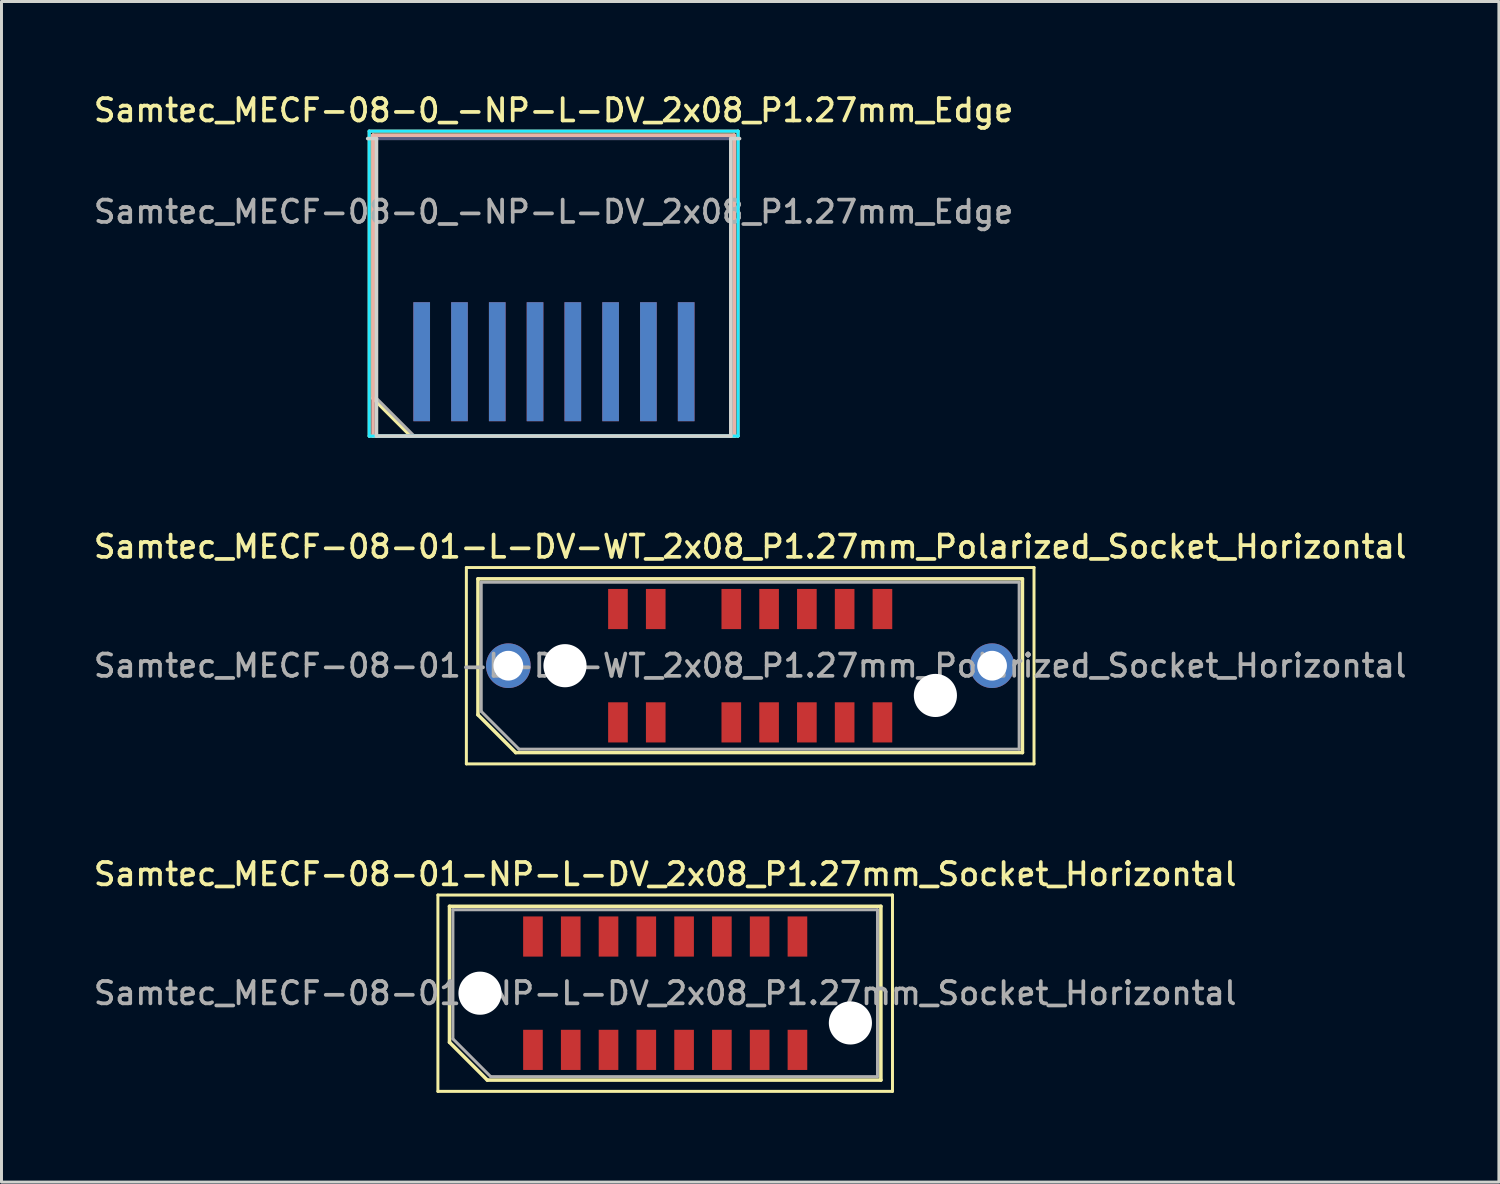
<source format=kicad_pcb>
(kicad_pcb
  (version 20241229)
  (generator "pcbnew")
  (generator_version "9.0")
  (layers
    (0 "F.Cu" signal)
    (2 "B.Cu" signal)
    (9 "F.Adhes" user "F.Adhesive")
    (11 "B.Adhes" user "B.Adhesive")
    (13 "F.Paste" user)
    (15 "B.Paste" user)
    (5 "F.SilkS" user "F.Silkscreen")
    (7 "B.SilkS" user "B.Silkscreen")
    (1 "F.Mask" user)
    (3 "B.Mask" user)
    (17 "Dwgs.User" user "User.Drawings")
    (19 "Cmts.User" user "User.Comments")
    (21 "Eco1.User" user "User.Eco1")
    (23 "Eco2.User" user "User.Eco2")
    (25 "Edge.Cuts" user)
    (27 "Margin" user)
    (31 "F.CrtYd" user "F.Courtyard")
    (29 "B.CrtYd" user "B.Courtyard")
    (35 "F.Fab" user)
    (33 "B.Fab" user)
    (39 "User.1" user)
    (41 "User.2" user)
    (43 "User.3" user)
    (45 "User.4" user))
  (footprint "Samtec_MECF-08-0_-NP-L-DV_2x08_P1.27mm_Edge"
    (layer "F.Cu")
    (at 15.559 6.608)
    (property "Reference" "Samtec_MECF-08-0_-NP-L-DV_2x08_P1.27mm_Edge" (at 0 -5.95 0) (layer "F.SilkS") (effects (font (size 0.75 0.75) (thickness 0.125))))
    (attr exclude_from_pos_files exclude_from_bom)
    (fp_line (start -6.2 -5.25) (end -6.2 5) (stroke (width 0.1) (type solid)) (layer "F.SilkS"))
    (fp_line (start -6.2 5) (end 6.2 5) (stroke (width 0.1) (type solid)) (layer "F.SilkS"))
    (fp_line (start -6.07 -5.11) (end 6.07 -5.11) (stroke (width 0.12) (type solid)) (layer "F.SilkS"))
    (fp_line (start -6.07 3.73) (end -6.07 -5.11) (stroke (width 0.12) (type solid)) (layer "F.SilkS"))
    (fp_line (start -4.8 5) (end -6.07 3.73) (stroke (width 0.12) (type solid)) (layer "F.SilkS"))
    (fp_line (start -4.8 5) (end 6.07 5) (stroke (width 0.12) (type solid)) (layer "F.SilkS"))
    (fp_line (start 6.07 5) (end 6.07 -5.11) (stroke (width 0.12) (type solid)) (layer "F.SilkS"))
    (fp_line (start 6.2 -5.25) (end -6.2 -5.25) (stroke (width 0.1) (type solid)) (layer "F.SilkS"))
    (fp_line (start 6.2 5) (end 6.2 -5.25) (stroke (width 0.1) (type solid)) (layer "F.SilkS"))
    (fp_line (start -6.07 -5.11) (end 6.07 -5.11) (stroke (width 0.12) (type solid)) (layer "B.SilkS"))
    (fp_line (start -6.07 5) (end -6.07 -5.11) (stroke (width 0.12) (type solid)) (layer "B.SilkS"))
    (fp_line (start -6.07 5) (end 6.07 5) (stroke (width 0.12) (type solid)) (layer "B.SilkS"))
    (fp_line (start 6.07 5) (end 6.07 -5.11) (stroke (width 0.12) (type solid)) (layer "B.SilkS"))
    (fp_line (start -6.25 -5) (end -5.955 -5) (stroke (width 0.12) (type solid)) (layer "Edge.Cuts"))
    (fp_line (start -5.955 5) (end -5.955 -5) (stroke (width 0.12) (type solid)) (layer "Edge.Cuts"))
    (fp_line (start -5.955 5) (end 5.955 5) (stroke (width 0.12) (type solid)) (layer "Edge.Cuts"))
    (fp_line (start 5.955 5) (end 5.955 -5) (stroke (width 0.12) (type solid)) (layer "Edge.Cuts"))
    (fp_line (start 6.25 -5) (end 5.955 -5) (stroke (width 0.12) (type solid)) (layer "Edge.Cuts"))
    (fp_line (start -6.2 -5.25) (end -6.2 5) (stroke (width 0.1) (type solid)) (layer "B.CrtYd"))
    (fp_line (start -6.2 5) (end 6.2 5) (stroke (width 0.1) (type solid)) (layer "B.CrtYd"))
    (fp_line (start 6.2 -5.25) (end -6.2 -5.25) (stroke (width 0.1) (type solid)) (layer "B.CrtYd"))
    (fp_line (start 6.2 5) (end 6.2 -5.25) (stroke (width 0.1) (type solid)) (layer "B.CrtYd"))
    (fp_line (start -5.955 -5) (end 5.955 -5) (stroke (width 0.1) (type solid)) (layer "B.Fab"))
    (fp_line (start -5.955 5) (end -5.955 -5) (stroke (width 0.1) (type solid)) (layer "B.Fab"))
    (fp_line (start -5.955 5) (end 5.955 5) (stroke (width 0.1) (type solid)) (layer "B.Fab"))
    (fp_line (start 5.955 5) (end 5.955 -5) (stroke (width 0.1) (type solid)) (layer "B.Fab"))
    (fp_line (start -5.955 -5) (end 5.955 -5) (stroke (width 0.1) (type solid)) (layer "F.Fab"))
    (fp_line (start -5.955 3.73) (end -5.955 -5) (stroke (width 0.1) (type solid)) (layer "F.Fab"))
    (fp_line (start -5.955 3.73) (end -4.685 5) (stroke (width 0.1) (type solid)) (layer "F.Fab"))
    (fp_line (start -4.685 5) (end 5.955 5) (stroke (width 0.1) (type solid)) (layer "F.Fab"))
    (fp_line (start 5.955 5) (end 5.955 -5) (stroke (width 0.1) (type solid)) (layer "F.Fab"))
    (fp_text user "${REFERENCE}" (at 0 -2.54 0) (layer "F.Fab") (effects (font (size 0.75 0.75) (thickness 0.125))))
    (pad "1" connect rect (at -4.435 2.5) (size 0.56 4) (layers "F.Cu" "F.Mask"))
    (pad "2" connect rect (at -4.435 2.5) (size 0.56 4) (layers "B.Cu" "B.Mask"))
    (pad "3" connect rect (at -3.165 2.5) (size 0.56 4) (layers "F.Cu" "F.Mask"))
    (pad "4" connect rect (at -3.165 2.5) (size 0.56 4) (layers "B.Cu" "B.Mask"))
    (pad "5" connect rect (at -1.895 2.5) (size 0.56 4) (layers "F.Cu" "F.Mask"))
    (pad "6" connect rect (at -1.895 2.5) (size 0.56 4) (layers "B.Cu" "B.Mask"))
    (pad "7" connect rect (at -0.625 2.5) (size 0.56 4) (layers "F.Cu" "F.Mask"))
    (pad "8" connect rect (at -0.625 2.5) (size 0.56 4) (layers "B.Cu" "B.Mask"))
    (pad "9" connect rect (at 0.645 2.5) (size 0.56 4) (layers "F.Cu" "F.Mask"))
    (pad "10" connect rect (at 0.645 2.5) (size 0.56 4) (layers "B.Cu" "B.Mask"))
    (pad "11" connect rect (at 1.915 2.5) (size 0.56 4) (layers "F.Cu" "F.Mask"))
    (pad "12" connect rect (at 1.915 2.5) (size 0.56 4) (layers "B.Cu" "B.Mask"))
    (pad "13" connect rect (at 3.185 2.5) (size 0.56 4) (layers "F.Cu" "F.Mask"))
    (pad "14" connect rect (at 3.185 2.5) (size 0.56 4) (layers "B.Cu" "B.Mask"))
    (pad "15" connect rect (at 4.455 2.5) (size 0.56 4) (layers "F.Cu" "F.Mask"))
    (pad "16" connect rect (at 4.455 2.5) (size 0.56 4) (layers "B.Cu" "B.Mask")))
  (footprint "Samtec_MECF-08-01-L-DV-WT_2x08_P1.27mm_Polarized_Socket_Horizontal"
    (layer "F.Cu")
    (at 22.166 19.326)
    (property "Reference" "Samtec_MECF-08-01-L-DV-WT_2x08_P1.27mm_Polarized_Socket_Horizontal" (at 0 -4 0) (layer "F.SilkS") (effects (font (size 0.75 0.75) (thickness 0.125))))
    (attr smd)
    (fp_line (start -9.54 -3.3) (end -9.54 3.3) (stroke (width 0.1) (type solid)) (layer "F.SilkS"))
    (fp_line (start -9.54 3.3) (end 9.54 3.3) (stroke (width 0.1) (type solid)) (layer "F.SilkS"))
    (fp_line (start -9.15 -2.92) (end 9.15 -2.92) (stroke (width 0.12) (type solid)) (layer "F.SilkS"))
    (fp_line (start -9.15 1.65) (end -9.15 -2.92) (stroke (width 0.12) (type solid)) (layer "F.SilkS"))
    (fp_line (start -7.88 2.92) (end -9.15 1.65) (stroke (width 0.12) (type solid)) (layer "F.SilkS"))
    (fp_line (start -7.88 2.92) (end 9.15 2.92) (stroke (width 0.12) (type solid)) (layer "F.SilkS"))
    (fp_line (start 9.15 2.92) (end 9.15 -2.92) (stroke (width 0.12) (type solid)) (layer "F.SilkS"))
    (fp_line (start 9.54 -3.3) (end -9.54 -3.3) (stroke (width 0.1) (type solid)) (layer "F.SilkS"))
    (fp_line (start 9.54 3.3) (end 9.54 -3.3) (stroke (width 0.1) (type solid)) (layer "F.SilkS"))
    (fp_line (start -9.04 -2.805) (end 9.04 -2.805) (stroke (width 0.1) (type solid)) (layer "F.Fab"))
    (fp_line (start -9.04 1.535) (end -9.04 -2.805) (stroke (width 0.1) (type solid)) (layer "F.Fab"))
    (fp_line (start -9.04 1.535) (end -7.77 2.805) (stroke (width 0.1) (type solid)) (layer "F.Fab"))
    (fp_line (start -7.77 2.805) (end 9.04 2.805) (stroke (width 0.1) (type solid)) (layer "F.Fab"))
    (fp_line (start 9.04 2.805) (end 9.04 -2.805) (stroke (width 0.1) (type solid)) (layer "F.Fab"))
    (fp_text user "${REFERENCE}" (at 0 0 0) (layer "F.Fab") (effects (font (size 0.75 0.75) (thickness 0.125))))
    (pad "" thru_hole circle (at -8.13 0) (size 1.5 1.5) (drill 1) (layers "*.Cu" "*.Mask"))
    (pad "" np_thru_hole circle (at -6.225 0) (size 1.45 1.45) (drill 1.45) (layers "*.Cu" "*.Mask"))
    (pad "" np_thru_hole circle (at 6.225 1) (size 1.45 1.45) (drill 1.45) (layers "*.Cu" "*.Mask"))
    (pad "" thru_hole circle (at 8.13 0) (size 1.5 1.5) (drill 1) (layers "*.Cu" "*.Mask"))
    (pad "1" smd rect (at -4.445 1.905) (size 0.66 1.35) (layers "F.Cu" "F.Mask" "F.Paste"))
    (pad "2" smd rect (at -4.445 -1.905) (size 0.66 1.35) (layers "F.Cu" "F.Mask" "F.Paste"))
    (pad "3" smd rect (at -3.175 1.905) (size 0.66 1.35) (layers "F.Cu" "F.Mask" "F.Paste"))
    (pad "4" smd rect (at -3.175 -1.905) (size 0.66 1.35) (layers "F.Cu" "F.Mask" "F.Paste"))
    (pad "7" smd rect (at -0.635 1.905) (size 0.66 1.35) (layers "F.Cu" "F.Mask" "F.Paste"))
    (pad "8" smd rect (at -0.635 -1.905) (size 0.66 1.35) (layers "F.Cu" "F.Mask" "F.Paste"))
    (pad "9" smd rect (at 0.635 1.905) (size 0.66 1.35) (layers "F.Cu" "F.Mask" "F.Paste"))
    (pad "10" smd rect (at 0.635 -1.905) (size 0.66 1.35) (layers "F.Cu" "F.Mask" "F.Paste"))
    (pad "11" smd rect (at 1.905 1.905) (size 0.66 1.35) (layers "F.Cu" "F.Mask" "F.Paste"))
    (pad "12" smd rect (at 1.905 -1.905) (size 0.66 1.35) (layers "F.Cu" "F.Mask" "F.Paste"))
    (pad "13" smd rect (at 3.175 1.905) (size 0.66 1.35) (layers "F.Cu" "F.Mask" "F.Paste"))
    (pad "14" smd rect (at 3.175 -1.905) (size 0.66 1.35) (layers "F.Cu" "F.Mask" "F.Paste"))
    (pad "15" smd rect (at 4.445 1.905) (size 0.66 1.35) (layers "F.Cu" "F.Mask" "F.Paste"))
    (pad "16" smd rect (at 4.445 -1.905) (size 0.66 1.35) (layers "F.Cu" "F.Mask" "F.Paste")))
  (footprint "Samtec_MECF-08-01-NP-L-DV_2x08_P1.27mm_Socket_Horizontal"
    (layer "F.Cu")
    (at 19.309 30.334)
    (property "Reference" "Samtec_MECF-08-01-NP-L-DV_2x08_P1.27mm_Socket_Horizontal" (at 0 -4 0) (layer "F.SilkS") (effects (font (size 0.75 0.75) (thickness 0.125))))
    (attr smd)
    (fp_line (start -7.64 -3.3) (end -7.64 3.3) (stroke (width 0.1) (type solid)) (layer "F.SilkS"))
    (fp_line (start -7.64 3.3) (end 7.64 3.3) (stroke (width 0.1) (type solid)) (layer "F.SilkS"))
    (fp_line (start -7.25 -2.92) (end 7.25 -2.92) (stroke (width 0.12) (type solid)) (layer "F.SilkS"))
    (fp_line (start -7.25 1.65) (end -7.25 -2.92) (stroke (width 0.12) (type solid)) (layer "F.SilkS"))
    (fp_line (start -5.98 2.92) (end -7.25 1.65) (stroke (width 0.12) (type solid)) (layer "F.SilkS"))
    (fp_line (start -5.98 2.92) (end 7.25 2.92) (stroke (width 0.12) (type solid)) (layer "F.SilkS"))
    (fp_line (start 7.25 2.92) (end 7.25 -2.92) (stroke (width 0.12) (type solid)) (layer "F.SilkS"))
    (fp_line (start 7.64 -3.3) (end -7.64 -3.3) (stroke (width 0.1) (type solid)) (layer "F.SilkS"))
    (fp_line (start 7.64 3.3) (end 7.64 -3.3) (stroke (width 0.1) (type solid)) (layer "F.SilkS"))
    (fp_line (start -7.135 -2.805) (end 7.135 -2.805) (stroke (width 0.1) (type solid)) (layer "F.Fab"))
    (fp_line (start -7.135 1.535) (end -7.135 -2.805) (stroke (width 0.1) (type solid)) (layer "F.Fab"))
    (fp_line (start -7.135 1.535) (end -5.865 2.805) (stroke (width 0.1) (type solid)) (layer "F.Fab"))
    (fp_line (start -5.865 2.805) (end 7.135 2.805) (stroke (width 0.1) (type solid)) (layer "F.Fab"))
    (fp_line (start 7.135 2.805) (end 7.135 -2.805) (stroke (width 0.1) (type solid)) (layer "F.Fab"))
    (fp_text user "${REFERENCE}" (at 0 0 0) (layer "F.Fab") (effects (font (size 0.75 0.75) (thickness 0.125))))
    (pad "" np_thru_hole circle (at -6.225 0) (size 1.45 1.45) (drill 1.45) (layers "*.Cu" "*.Mask"))
    (pad "" np_thru_hole circle (at 6.225 1) (size 1.45 1.45) (drill 1.45) (layers "*.Cu" "*.Mask"))
    (pad "1" smd rect (at -4.445 1.905) (size 0.66 1.35) (layers "F.Cu" "F.Mask" "F.Paste"))
    (pad "2" smd rect (at -4.445 -1.905) (size 0.66 1.35) (layers "F.Cu" "F.Mask" "F.Paste"))
    (pad "3" smd rect (at -3.175 1.905) (size 0.66 1.35) (layers "F.Cu" "F.Mask" "F.Paste"))
    (pad "4" smd rect (at -3.175 -1.905) (size 0.66 1.35) (layers "F.Cu" "F.Mask" "F.Paste"))
    (pad "5" smd rect (at -1.905 1.905) (size 0.66 1.35) (layers "F.Cu" "F.Mask" "F.Paste"))
    (pad "6" smd rect (at -1.905 -1.905) (size 0.66 1.35) (layers "F.Cu" "F.Mask" "F.Paste"))
    (pad "7" smd rect (at -0.635 1.905) (size 0.66 1.35) (layers "F.Cu" "F.Mask" "F.Paste"))
    (pad "8" smd rect (at -0.635 -1.905) (size 0.66 1.35) (layers "F.Cu" "F.Mask" "F.Paste"))
    (pad "9" smd rect (at 0.635 1.905) (size 0.66 1.35) (layers "F.Cu" "F.Mask" "F.Paste"))
    (pad "10" smd rect (at 0.635 -1.905) (size 0.66 1.35) (layers "F.Cu" "F.Mask" "F.Paste"))
    (pad "11" smd rect (at 1.905 1.905) (size 0.66 1.35) (layers "F.Cu" "F.Mask" "F.Paste"))
    (pad "12" smd rect (at 1.905 -1.905) (size 0.66 1.35) (layers "F.Cu" "F.Mask" "F.Paste"))
    (pad "13" smd rect (at 3.175 1.905) (size 0.66 1.35) (layers "F.Cu" "F.Mask" "F.Paste"))
    (pad "14" smd rect (at 3.175 -1.905) (size 0.66 1.35) (layers "F.Cu" "F.Mask" "F.Paste"))
    (pad "15" smd rect (at 4.445 1.905) (size 0.66 1.35) (layers "F.Cu" "F.Mask" "F.Paste"))
    (pad "16" smd rect (at 4.445 -1.905) (size 0.66 1.35) (layers "F.Cu" "F.Mask" "F.Paste")))
  (gr_rect
    (start -3 -3)
    (end 47.332 36.684)
    (stroke (width 0.1) (type default))
    (fill no)
    (layer "Edge.Cuts")))
</source>
